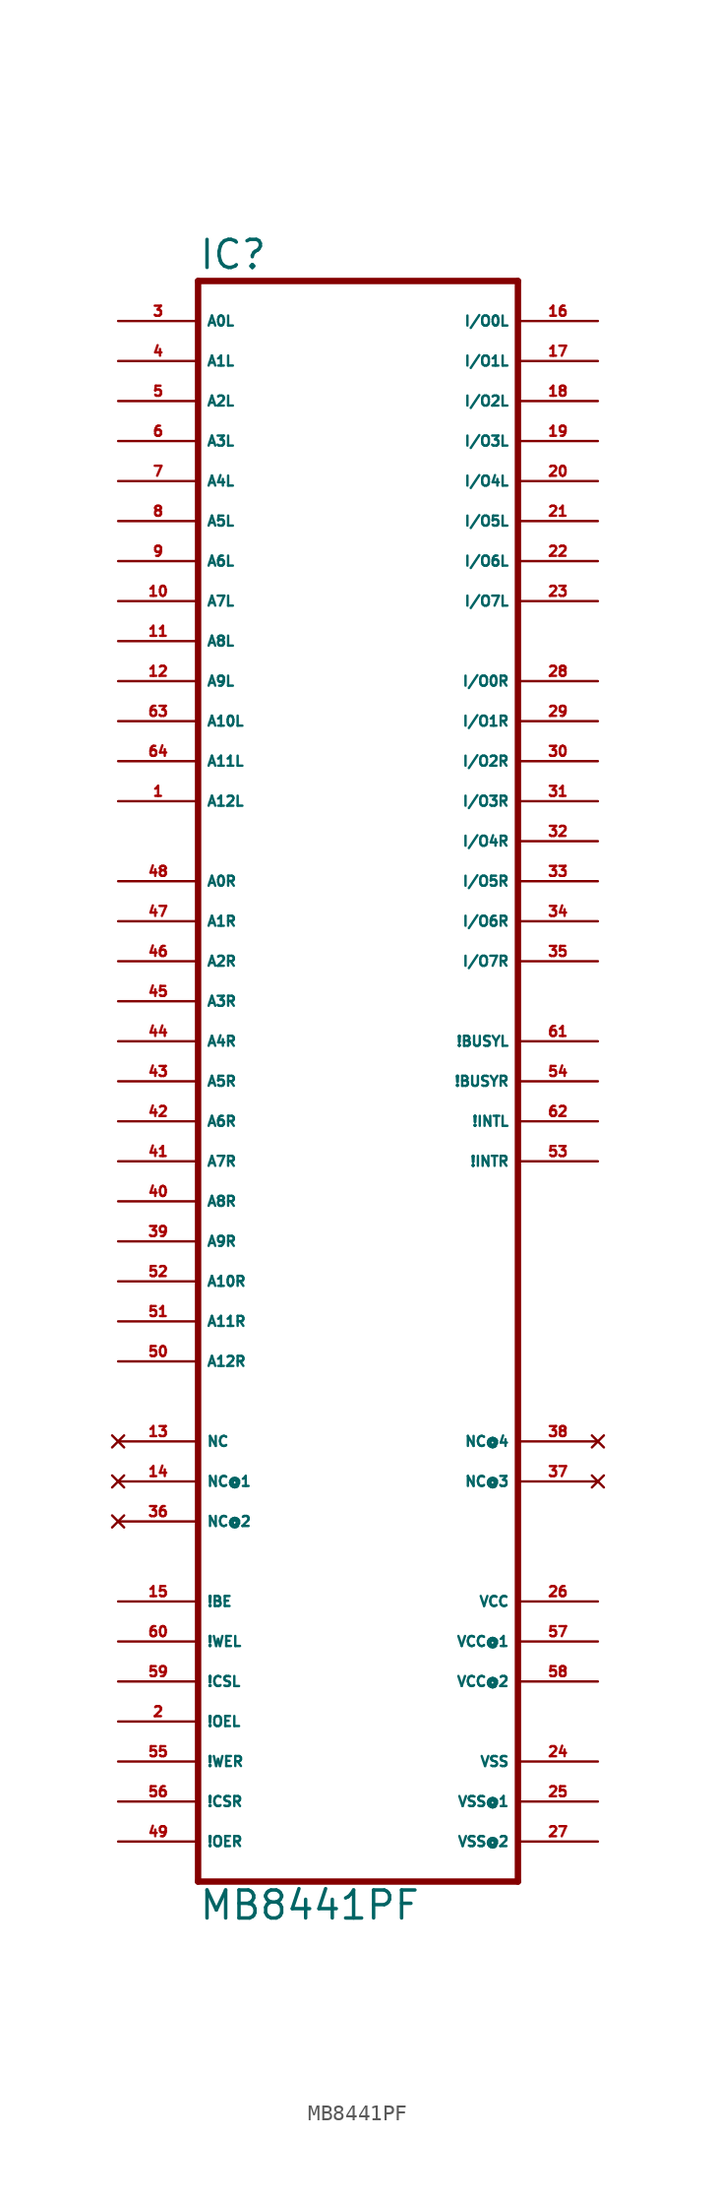
<source format=kicad_sym>
(kicad_symbol_lib
  (version 20220914)
  (generator Eagle2Kicad)
  (symbol "MB8441PF"
    (property "Reference" "IC"
      (at -10.16 46.355 0)
      (effects (font (size 1.778 1.778) (thickness 0.22)) (justify left bottom)))
    (property "Value" "MB8441PF"
      (at -10.16 -58.42 0)
      (effects (font (size 1.778 1.778) (thickness 0.22)) (justify left bottom)))
    (polyline
      (pts (xy -10.16 -55.88) (xy 10.16 -55.88))
      (stroke (width 0.406) (type default))
      (fill (type none)))
    (polyline
      (pts (xy 10.16 -55.88) (xy 10.16 45.72))
      (stroke (width 0.406) (type default))
      (fill (type none)))
    (polyline
      (pts (xy 10.16 45.72) (xy -10.16 45.72))
      (stroke (width 0.406) (type default))
      (fill (type none)))
    (polyline
      (pts (xy -10.16 45.72) (xy -10.16 -55.88))
      (stroke (width 0.406) (type default))
      (fill (type none)))
    (pin input line
      (at -15.24 43.18 0)
      (length 5.08)
      (name "A0L" (effects (font (size 0.635 0.635) (thickness 0.08)) (justify left bottom)))
      (number "3" (effects (font (size 0.635 0.635) (thickness 0.08)) (justify left bottom))))
    (pin input line
      (at -15.24 40.64 0)
      (length 5.08)
      (name "A1L" (effects (font (size 0.635 0.635) (thickness 0.08)) (justify left bottom)))
      (number "4" (effects (font (size 0.635 0.635) (thickness 0.08)) (justify left bottom))))
    (pin input line
      (at -15.24 38.1 0)
      (length 5.08)
      (name "A2L" (effects (font (size 0.635 0.635) (thickness 0.08)) (justify left bottom)))
      (number "5" (effects (font (size 0.635 0.635) (thickness 0.08)) (justify left bottom))))
    (pin input line
      (at -15.24 35.56 0)
      (length 5.08)
      (name "A3L" (effects (font (size 0.635 0.635) (thickness 0.08)) (justify left bottom)))
      (number "6" (effects (font (size 0.635 0.635) (thickness 0.08)) (justify left bottom))))
    (pin input line
      (at -15.24 33.02 0)
      (length 5.08)
      (name "A4L" (effects (font (size 0.635 0.635) (thickness 0.08)) (justify left bottom)))
      (number "7" (effects (font (size 0.635 0.635) (thickness 0.08)) (justify left bottom))))
    (pin input line
      (at -15.24 30.48 0)
      (length 5.08)
      (name "A5L" (effects (font (size 0.635 0.635) (thickness 0.08)) (justify left bottom)))
      (number "8" (effects (font (size 0.635 0.635) (thickness 0.08)) (justify left bottom))))
    (pin input line
      (at -15.24 27.94 0)
      (length 5.08)
      (name "A6L" (effects (font (size 0.635 0.635) (thickness 0.08)) (justify left bottom)))
      (number "9" (effects (font (size 0.635 0.635) (thickness 0.08)) (justify left bottom))))
    (pin input line
      (at -15.24 25.4 0)
      (length 5.08)
      (name "A7L" (effects (font (size 0.635 0.635) (thickness 0.08)) (justify left bottom)))
      (number "10" (effects (font (size 0.635 0.635) (thickness 0.08)) (justify left bottom))))
    (pin input line
      (at -15.24 22.86 0)
      (length 5.08)
      (name "A8L" (effects (font (size 0.635 0.635) (thickness 0.08)) (justify left bottom)))
      (number "11" (effects (font (size 0.635 0.635) (thickness 0.08)) (justify left bottom))))
    (pin input line
      (at -15.24 20.32 0)
      (length 5.08)
      (name "A9L" (effects (font (size 0.635 0.635) (thickness 0.08)) (justify left bottom)))
      (number "12" (effects (font (size 0.635 0.635) (thickness 0.08)) (justify left bottom))))
    (pin input line
      (at -15.24 17.78 0)
      (length 5.08)
      (name "A10L" (effects (font (size 0.635 0.635) (thickness 0.08)) (justify left bottom)))
      (number "63" (effects (font (size 0.635 0.635) (thickness 0.08)) (justify left bottom))))
    (pin input line
      (at -15.24 7.62 0)
      (length 5.08)
      (name "A0R" (effects (font (size 0.635 0.635) (thickness 0.08)) (justify left bottom)))
      (number "48" (effects (font (size 0.635 0.635) (thickness 0.08)) (justify left bottom))))
    (pin input line
      (at -15.24 5.08 0)
      (length 5.08)
      (name "A1R" (effects (font (size 0.635 0.635) (thickness 0.08)) (justify left bottom)))
      (number "47" (effects (font (size 0.635 0.635) (thickness 0.08)) (justify left bottom))))
    (pin input line
      (at -15.24 2.54 0)
      (length 5.08)
      (name "A2R" (effects (font (size 0.635 0.635) (thickness 0.08)) (justify left bottom)))
      (number "46" (effects (font (size 0.635 0.635) (thickness 0.08)) (justify left bottom))))
    (pin input line
      (at -15.24 0 0)
      (length 5.08)
      (name "A3R" (effects (font (size 0.635 0.635) (thickness 0.08)) (justify left bottom)))
      (number "45" (effects (font (size 0.635 0.635) (thickness 0.08)) (justify left bottom))))
    (pin input line
      (at -15.24 -2.54 0)
      (length 5.08)
      (name "A4R" (effects (font (size 0.635 0.635) (thickness 0.08)) (justify left bottom)))
      (number "44" (effects (font (size 0.635 0.635) (thickness 0.08)) (justify left bottom))))
    (pin input line
      (at -15.24 -5.08 0)
      (length 5.08)
      (name "A5R" (effects (font (size 0.635 0.635) (thickness 0.08)) (justify left bottom)))
      (number "43" (effects (font (size 0.635 0.635) (thickness 0.08)) (justify left bottom))))
    (pin input line
      (at -15.24 -7.62 0)
      (length 5.08)
      (name "A6R" (effects (font (size 0.635 0.635) (thickness 0.08)) (justify left bottom)))
      (number "42" (effects (font (size 0.635 0.635) (thickness 0.08)) (justify left bottom))))
    (pin input line
      (at -15.24 -10.16 0)
      (length 5.08)
      (name "A7R" (effects (font (size 0.635 0.635) (thickness 0.08)) (justify left bottom)))
      (number "41" (effects (font (size 0.635 0.635) (thickness 0.08)) (justify left bottom))))
    (pin input line
      (at -15.24 -12.7 0)
      (length 5.08)
      (name "A8R" (effects (font (size 0.635 0.635) (thickness 0.08)) (justify left bottom)))
      (number "40" (effects (font (size 0.635 0.635) (thickness 0.08)) (justify left bottom))))
    (pin input line
      (at -15.24 -15.24 0)
      (length 5.08)
      (name "A9R" (effects (font (size 0.635 0.635) (thickness 0.08)) (justify left bottom)))
      (number "39" (effects (font (size 0.635 0.635) (thickness 0.08)) (justify left bottom))))
    (pin input line
      (at -15.24 -17.78 0)
      (length 5.08)
      (name "A10R" (effects (font (size 0.635 0.635) (thickness 0.08)) (justify left bottom)))
      (number "52" (effects (font (size 0.635 0.635) (thickness 0.08)) (justify left bottom))))
    (pin input line
      (at -15.24 -40.64 0)
      (length 5.08)
      (name "!WEL" (effects (font (size 0.635 0.635) (thickness 0.08)) (justify left bottom)))
      (number "60" (effects (font (size 0.635 0.635) (thickness 0.08)) (justify left bottom))))
    (pin input line
      (at -15.24 -43.18 0)
      (length 5.08)
      (name "!CSL" (effects (font (size 0.635 0.635) (thickness 0.08)) (justify left bottom)))
      (number "59" (effects (font (size 0.635 0.635) (thickness 0.08)) (justify left bottom))))
    (pin input line
      (at -15.24 -45.72 0)
      (length 5.08)
      (name "!OEL" (effects (font (size 0.635 0.635) (thickness 0.08)) (justify left bottom)))
      (number "2" (effects (font (size 0.635 0.635) (thickness 0.08)) (justify left bottom))))
    (pin input line
      (at -15.24 -48.26 0)
      (length 5.08)
      (name "!WER" (effects (font (size 0.635 0.635) (thickness 0.08)) (justify left bottom)))
      (number "55" (effects (font (size 0.635 0.635) (thickness 0.08)) (justify left bottom))))
    (pin input line
      (at -15.24 -50.8 0)
      (length 5.08)
      (name "!CSR" (effects (font (size 0.635 0.635) (thickness 0.08)) (justify left bottom)))
      (number "56" (effects (font (size 0.635 0.635) (thickness 0.08)) (justify left bottom))))
    (pin input line
      (at -15.24 -53.34 0)
      (length 5.08)
      (name "!OER" (effects (font (size 0.635 0.635) (thickness 0.08)) (justify left bottom)))
      (number "49" (effects (font (size 0.635 0.635) (thickness 0.08)) (justify left bottom))))
    (pin bidirectional line
      (at 15.24 43.18 180)
      (length 5.08)
      (name "I/O0L" (effects (font (size 0.635 0.635) (thickness 0.08)) (justify left bottom)))
      (number "16" (effects (font (size 0.635 0.635) (thickness 0.08)) (justify left bottom))))
    (pin bidirectional line
      (at 15.24 40.64 180)
      (length 5.08)
      (name "I/O1L" (effects (font (size 0.635 0.635) (thickness 0.08)) (justify left bottom)))
      (number "17" (effects (font (size 0.635 0.635) (thickness 0.08)) (justify left bottom))))
    (pin bidirectional line
      (at 15.24 38.1 180)
      (length 5.08)
      (name "I/O2L" (effects (font (size 0.635 0.635) (thickness 0.08)) (justify left bottom)))
      (number "18" (effects (font (size 0.635 0.635) (thickness 0.08)) (justify left bottom))))
    (pin bidirectional line
      (at 15.24 35.56 180)
      (length 5.08)
      (name "I/O3L" (effects (font (size 0.635 0.635) (thickness 0.08)) (justify left bottom)))
      (number "19" (effects (font (size 0.635 0.635) (thickness 0.08)) (justify left bottom))))
    (pin bidirectional line
      (at 15.24 33.02 180)
      (length 5.08)
      (name "I/O4L" (effects (font (size 0.635 0.635) (thickness 0.08)) (justify left bottom)))
      (number "20" (effects (font (size 0.635 0.635) (thickness 0.08)) (justify left bottom))))
    (pin bidirectional line
      (at 15.24 30.48 180)
      (length 5.08)
      (name "I/O5L" (effects (font (size 0.635 0.635) (thickness 0.08)) (justify left bottom)))
      (number "21" (effects (font (size 0.635 0.635) (thickness 0.08)) (justify left bottom))))
    (pin bidirectional line
      (at 15.24 27.94 180)
      (length 5.08)
      (name "I/O6L" (effects (font (size 0.635 0.635) (thickness 0.08)) (justify left bottom)))
      (number "22" (effects (font (size 0.635 0.635) (thickness 0.08)) (justify left bottom))))
    (pin bidirectional line
      (at 15.24 25.4 180)
      (length 5.08)
      (name "I/O7L" (effects (font (size 0.635 0.635) (thickness 0.08)) (justify left bottom)))
      (number "23" (effects (font (size 0.635 0.635) (thickness 0.08)) (justify left bottom))))
    (pin bidirectional line
      (at 15.24 20.32 180)
      (length 5.08)
      (name "I/O0R" (effects (font (size 0.635 0.635) (thickness 0.08)) (justify left bottom)))
      (number "28" (effects (font (size 0.635 0.635) (thickness 0.08)) (justify left bottom))))
    (pin bidirectional line
      (at 15.24 17.78 180)
      (length 5.08)
      (name "I/O1R" (effects (font (size 0.635 0.635) (thickness 0.08)) (justify left bottom)))
      (number "29" (effects (font (size 0.635 0.635) (thickness 0.08)) (justify left bottom))))
    (pin bidirectional line
      (at 15.24 15.24 180)
      (length 5.08)
      (name "I/O2R" (effects (font (size 0.635 0.635) (thickness 0.08)) (justify left bottom)))
      (number "30" (effects (font (size 0.635 0.635) (thickness 0.08)) (justify left bottom))))
    (pin bidirectional line
      (at 15.24 12.7 180)
      (length 5.08)
      (name "I/O3R" (effects (font (size 0.635 0.635) (thickness 0.08)) (justify left bottom)))
      (number "31" (effects (font (size 0.635 0.635) (thickness 0.08)) (justify left bottom))))
    (pin bidirectional line
      (at 15.24 10.16 180)
      (length 5.08)
      (name "I/O4R" (effects (font (size 0.635 0.635) (thickness 0.08)) (justify left bottom)))
      (number "32" (effects (font (size 0.635 0.635) (thickness 0.08)) (justify left bottom))))
    (pin bidirectional line
      (at 15.24 7.62 180)
      (length 5.08)
      (name "I/O5R" (effects (font (size 0.635 0.635) (thickness 0.08)) (justify left bottom)))
      (number "33" (effects (font (size 0.635 0.635) (thickness 0.08)) (justify left bottom))))
    (pin bidirectional line
      (at 15.24 5.08 180)
      (length 5.08)
      (name "I/O6R" (effects (font (size 0.635 0.635) (thickness 0.08)) (justify left bottom)))
      (number "34" (effects (font (size 0.635 0.635) (thickness 0.08)) (justify left bottom))))
    (pin bidirectional line
      (at 15.24 2.54 180)
      (length 5.08)
      (name "I/O7R" (effects (font (size 0.635 0.635) (thickness 0.08)) (justify left bottom)))
      (number "35" (effects (font (size 0.635 0.635) (thickness 0.08)) (justify left bottom))))
    (pin output line
      (at 15.24 -2.54 180)
      (length 5.08)
      (name "!BUSYL" (effects (font (size 0.635 0.635) (thickness 0.08)) (justify left bottom)))
      (number "61" (effects (font (size 0.635 0.635) (thickness 0.08)) (justify left bottom))))
    (pin output line
      (at 15.24 -5.08 180)
      (length 5.08)
      (name "!BUSYR" (effects (font (size 0.635 0.635) (thickness 0.08)) (justify left bottom)))
      (number "54" (effects (font (size 0.635 0.635) (thickness 0.08)) (justify left bottom))))
    (pin output line
      (at 15.24 -7.62 180)
      (length 5.08)
      (name "!INTL" (effects (font (size 0.635 0.635) (thickness 0.08)) (justify left bottom)))
      (number "62" (effects (font (size 0.635 0.635) (thickness 0.08)) (justify left bottom))))
    (pin output line
      (at 15.24 -10.16 180)
      (length 5.08)
      (name "!INTR" (effects (font (size 0.635 0.635) (thickness 0.08)) (justify left bottom)))
      (number "53" (effects (font (size 0.635 0.635) (thickness 0.08)) (justify left bottom))))
    (pin no_connect line
      (at -15.24 -27.94 0)
      (length 5.08)
      (name "NC" (effects (font (size 0.635 0.635) (thickness 0.08)) (justify left bottom) hide))
      (number "13" (effects (font (size 0.635 0.635) (thickness 0.08)) (justify left bottom) hide)))
    (pin no_connect line
      (at -15.24 -30.48 0)
      (length 5.08)
      (name "NC@1" (effects (font (size 0.635 0.635) (thickness 0.08)) (justify left bottom) hide))
      (number "14" (effects (font (size 0.635 0.635) (thickness 0.08)) (justify left bottom) hide)))
    (pin no_connect line
      (at -15.24 -33.02 0)
      (length 5.08)
      (name "NC@2" (effects (font (size 0.635 0.635) (thickness 0.08)) (justify left bottom) hide))
      (number "36" (effects (font (size 0.635 0.635) (thickness 0.08)) (justify left bottom) hide)))
    (pin no_connect line
      (at 15.24 -30.48 180)
      (length 5.08)
      (name "NC@3" (effects (font (size 0.635 0.635) (thickness 0.08)) (justify left bottom) hide))
      (number "37" (effects (font (size 0.635 0.635) (thickness 0.08)) (justify left bottom) hide)))
    (pin no_connect line
      (at 15.24 -27.94 180)
      (length 5.08)
      (name "NC@4" (effects (font (size 0.635 0.635) (thickness 0.08)) (justify left bottom) hide))
      (number "38" (effects (font (size 0.635 0.635) (thickness 0.08)) (justify left bottom) hide)))
    (pin unspecified line
      (at 15.24 -38.1 180)
      (length 5.08)
      (name "VCC" (effects (font (size 0.635 0.635) (thickness 0.08)) (justify left bottom)))
      (number "26" (effects (font (size 0.635 0.635) (thickness 0.08)) (justify left bottom))))
    (pin unspecified line
      (at 15.24 -40.64 180)
      (length 5.08)
      (name "VCC@1" (effects (font (size 0.635 0.635) (thickness 0.08)) (justify left bottom)))
      (number "57" (effects (font (size 0.635 0.635) (thickness 0.08)) (justify left bottom))))
    (pin unspecified line
      (at 15.24 -43.18 180)
      (length 5.08)
      (name "VCC@2" (effects (font (size 0.635 0.635) (thickness 0.08)) (justify left bottom)))
      (number "58" (effects (font (size 0.635 0.635) (thickness 0.08)) (justify left bottom))))
    (pin unspecified line
      (at 15.24 -48.26 180)
      (length 5.08)
      (name "VSS" (effects (font (size 0.635 0.635) (thickness 0.08)) (justify left bottom)))
      (number "24" (effects (font (size 0.635 0.635) (thickness 0.08)) (justify left bottom))))
    (pin unspecified line
      (at 15.24 -50.8 180)
      (length 5.08)
      (name "VSS@1" (effects (font (size 0.635 0.635) (thickness 0.08)) (justify left bottom)))
      (number "25" (effects (font (size 0.635 0.635) (thickness 0.08)) (justify left bottom))))
    (pin unspecified line
      (at 15.24 -53.34 180)
      (length 5.08)
      (name "VSS@2" (effects (font (size 0.635 0.635) (thickness 0.08)) (justify left bottom)))
      (number "27" (effects (font (size 0.635 0.635) (thickness 0.08)) (justify left bottom))))
    (pin input line
      (at -15.24 15.24 0)
      (length 5.08)
      (name "A11L" (effects (font (size 0.635 0.635) (thickness 0.08)) (justify left bottom)))
      (number "64" (effects (font (size 0.635 0.635) (thickness 0.08)) (justify left bottom))))
    (pin input line
      (at -15.24 12.7 0)
      (length 5.08)
      (name "A12L" (effects (font (size 0.635 0.635) (thickness 0.08)) (justify left bottom)))
      (number "1" (effects (font (size 0.635 0.635) (thickness 0.08)) (justify left bottom))))
    (pin input line
      (at -15.24 -20.32 0)
      (length 5.08)
      (name "A11R" (effects (font (size 0.635 0.635) (thickness 0.08)) (justify left bottom)))
      (number "51" (effects (font (size 0.635 0.635) (thickness 0.08)) (justify left bottom))))
    (pin input line
      (at -15.24 -22.86 0)
      (length 5.08)
      (name "A12R" (effects (font (size 0.635 0.635) (thickness 0.08)) (justify left bottom)))
      (number "50" (effects (font (size 0.635 0.635) (thickness 0.08)) (justify left bottom))))
    (pin input line
      (at -15.24 -38.1 0)
      (length 5.08)
      (name "!BE" (effects (font (size 0.635 0.635) (thickness 0.08)) (justify left bottom)))
      (number "15" (effects (font (size 0.635 0.635) (thickness 0.08)) (justify left bottom))))))
</source>
